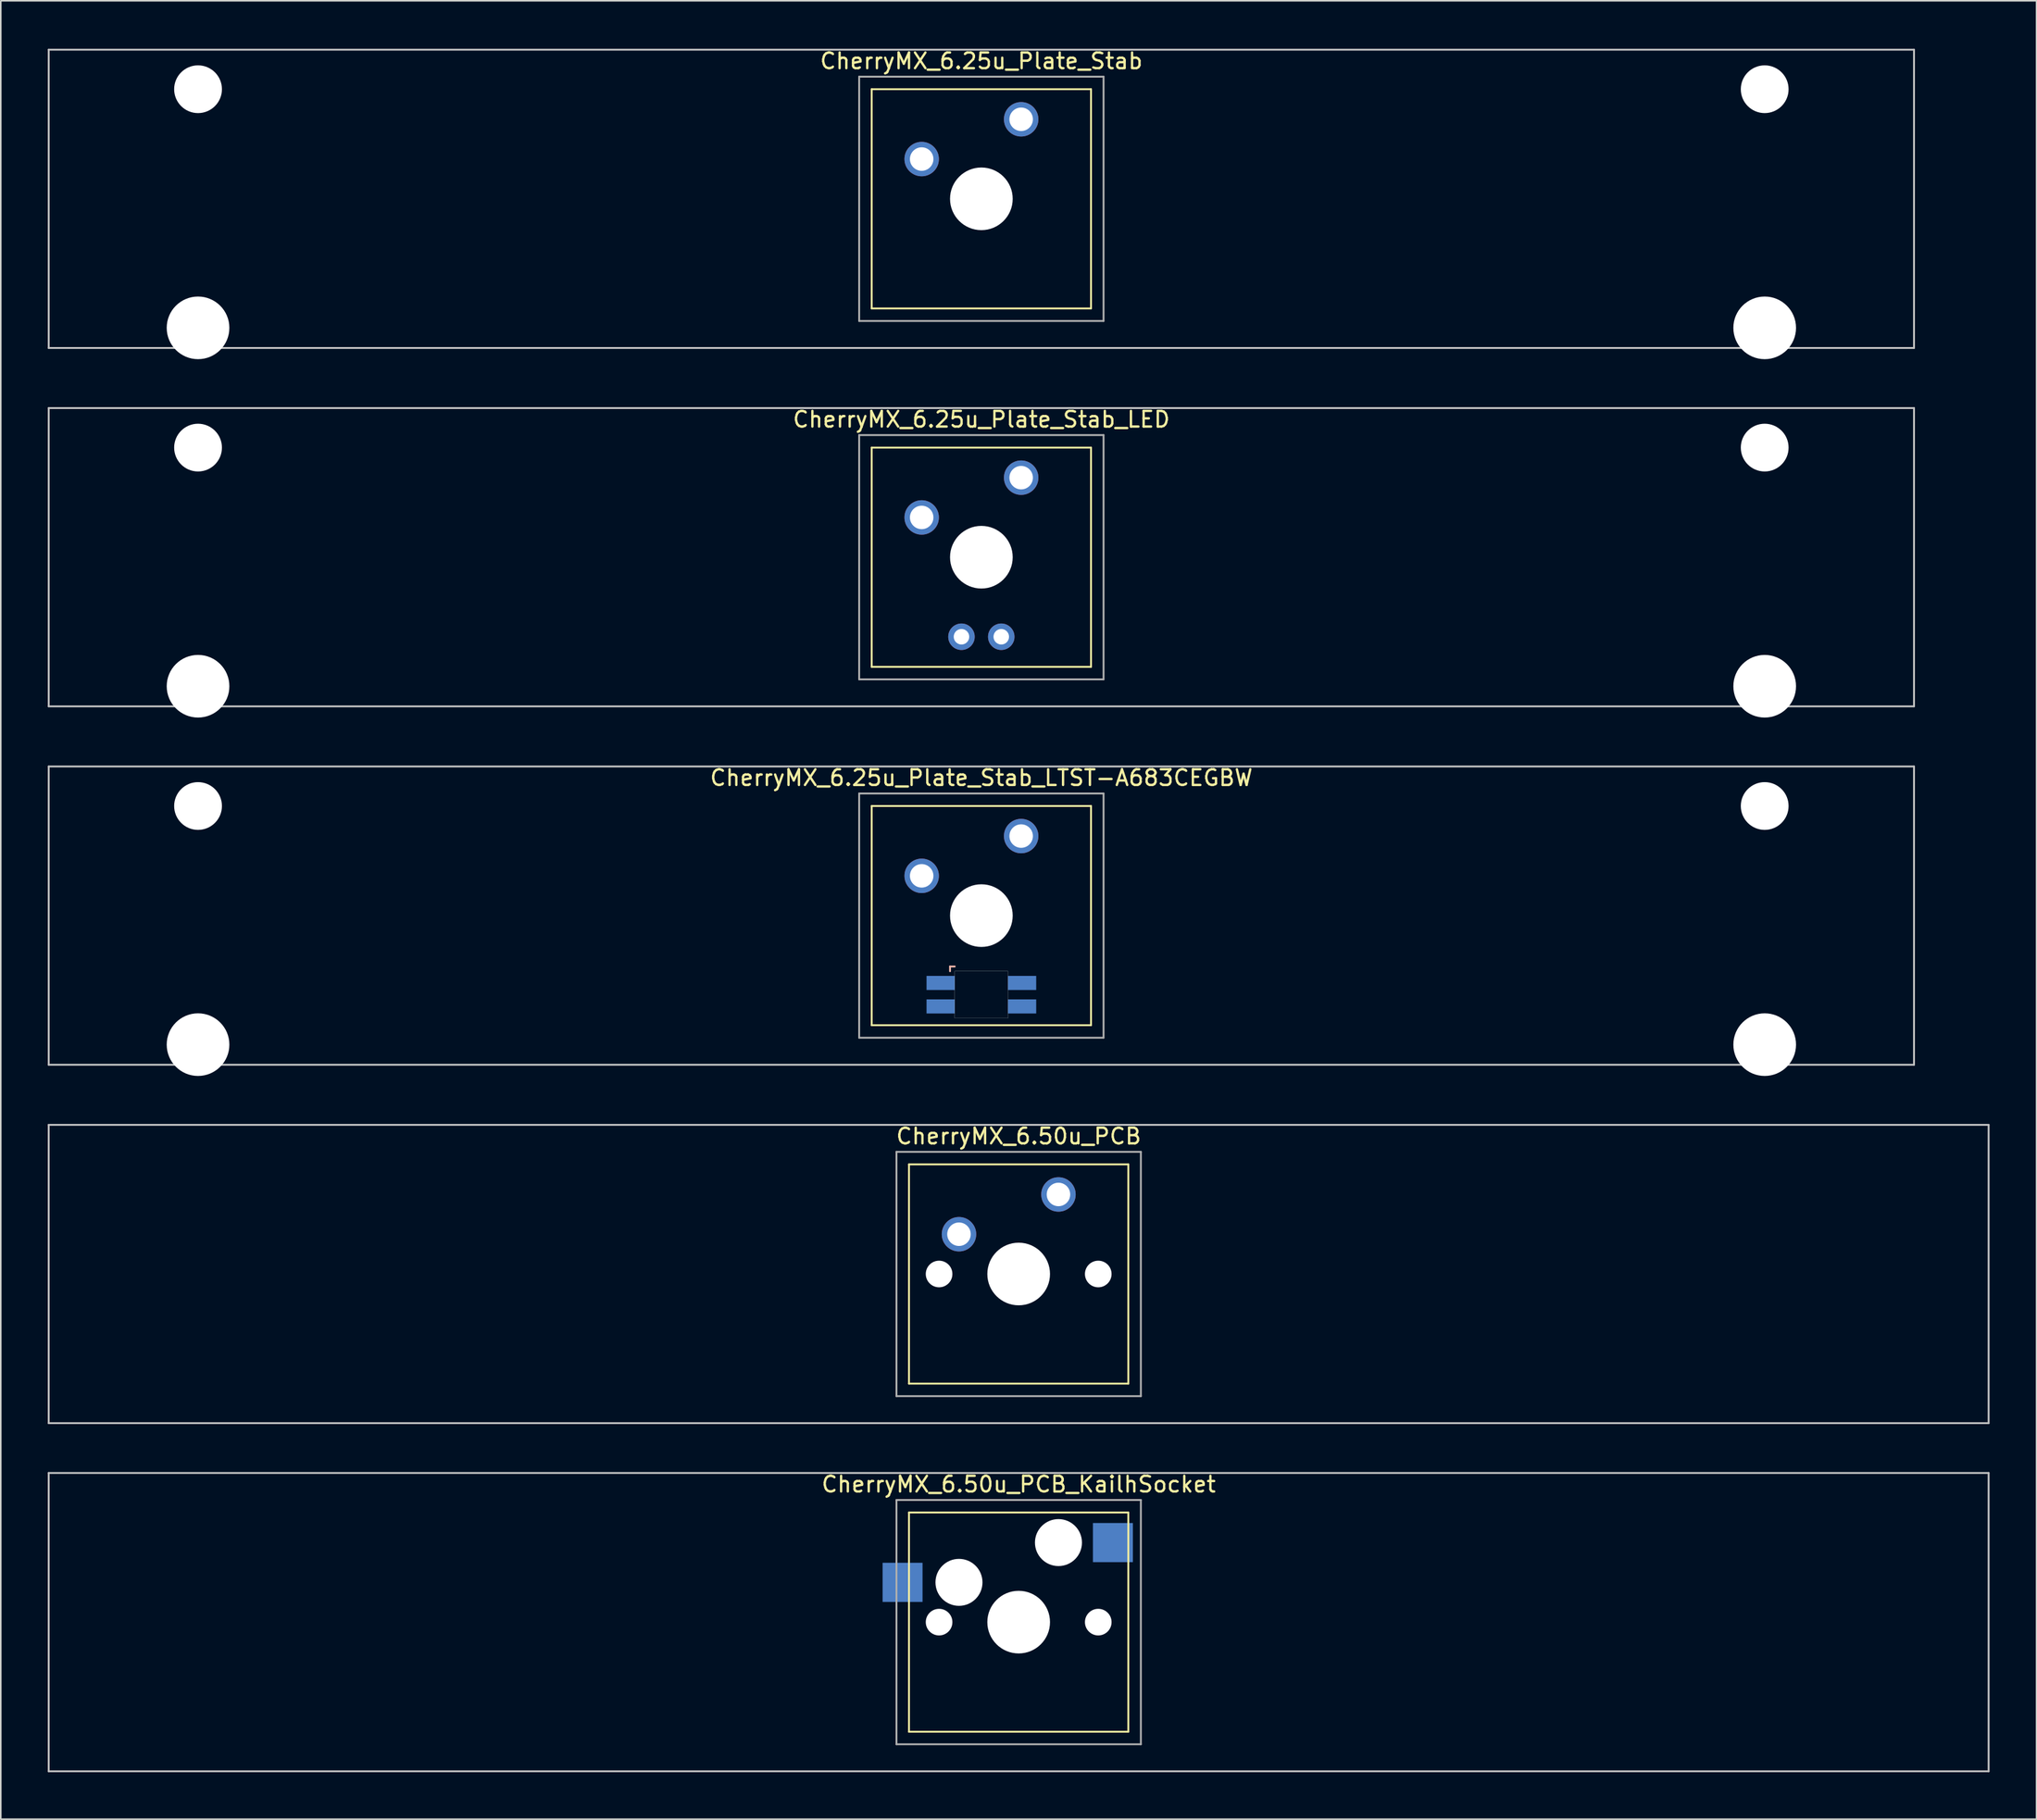
<source format=kicad_pcb>
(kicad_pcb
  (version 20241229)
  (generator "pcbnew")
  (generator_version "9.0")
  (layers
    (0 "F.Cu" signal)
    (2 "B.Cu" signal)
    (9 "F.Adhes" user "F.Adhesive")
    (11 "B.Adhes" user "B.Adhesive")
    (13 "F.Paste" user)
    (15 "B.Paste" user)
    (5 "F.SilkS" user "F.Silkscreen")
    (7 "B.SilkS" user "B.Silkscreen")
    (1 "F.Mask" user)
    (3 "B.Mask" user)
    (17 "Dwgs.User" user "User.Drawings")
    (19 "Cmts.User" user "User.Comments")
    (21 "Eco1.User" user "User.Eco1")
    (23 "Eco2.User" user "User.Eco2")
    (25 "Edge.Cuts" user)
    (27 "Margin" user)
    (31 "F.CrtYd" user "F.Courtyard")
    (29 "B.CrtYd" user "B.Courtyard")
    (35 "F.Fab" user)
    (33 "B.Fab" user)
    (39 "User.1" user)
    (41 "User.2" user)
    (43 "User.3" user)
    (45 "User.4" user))
  (footprint "CherryMX_6.50u_PCB"
    (layer "F.Cu")
    (at 61.972 78.313)
    (property "Reference" "CherryMX_6.50u_PCB" (at 0 -8.8 0) (layer "F.SilkS") (effects (font (size 1 1) (thickness 0.15))))
    (attr through_hole)
    (fp_line (start -7 -7) (end -7 7) (stroke (width 0.12) (type solid)) (layer "F.SilkS"))
    (fp_line (start -7 -7) (end 7 -7) (stroke (width 0.12) (type solid)) (layer "F.SilkS"))
    (fp_line (start 7 -7) (end 7 7) (stroke (width 0.12) (type solid)) (layer "F.SilkS"))
    (fp_line (start 7 7) (end -7 7) (stroke (width 0.12) (type solid)) (layer "F.SilkS"))
    (fp_line (start -61.913 -9.525) (end 61.913 -9.525) (stroke (width 0.12) (type solid)) (layer "Dwgs.User"))
    (fp_line (start -61.913 9.525) (end -61.913 -9.525) (stroke (width 0.12) (type solid)) (layer "Dwgs.User"))
    (fp_line (start 61.913 -9.525) (end 61.913 9.525) (stroke (width 0.12) (type solid)) (layer "Dwgs.User"))
    (fp_line (start 61.913 9.525) (end -61.913 9.525) (stroke (width 0.12) (type solid)) (layer "Dwgs.User"))
    (fp_line (start -7.8 -7.8) (end -7.8 7.8) (stroke (width 0.12) (type solid)) (layer "F.Fab"))
    (fp_line (start -7.8 -7.8) (end 7.8 -7.8) (stroke (width 0.12) (type solid)) (layer "F.Fab"))
    (fp_line (start -7.8 7.8) (end 7.8 7.8) (stroke (width 0.12) (type solid)) (layer "F.Fab"))
    (fp_line (start 7.8 -7.8) (end 7.8 7.8) (stroke (width 0.12) (type solid)) (layer "F.Fab"))
    (pad "" np_thru_hole circle (at -5.08 0) (size 1.7 1.7) (drill 1.7) (layers "*.Cu" "*.Mask"))
    (pad "" np_thru_hole circle (at 0 0) (size 4 4) (drill 4) (layers "*.Cu" "*.Mask"))
    (pad "" np_thru_hole circle (at 5.08 0) (size 1.7 1.7) (drill 1.7) (layers "*.Cu" "*.Mask"))
    (pad "1" thru_hole circle (at -3.81 -2.54) (size 2.2 2.2) (drill 1.5) (layers "*.Cu" "*.Mask"))
    (pad "2" thru_hole circle (at 2.54 -5.08) (size 2.2 2.2) (drill 1.5) (layers "*.Cu" "*.Mask")))
  (footprint "CherryMX_6.25u_Plate_Stab_LTST-A683CEGBW"
    (layer "F.Cu")
    (at 59.591 55.425)
    (property "Reference" "CherryMX_6.25u_Plate_Stab_LTST-A683CEGBW" (at 0 -8.8 0) (layer "F.SilkS") (effects (font (size 1 1) (thickness 0.15))))
    (attr through_hole)
    (fp_line (start -7 -7) (end -7 7) (stroke (width 0.12) (type solid)) (layer "F.SilkS"))
    (fp_line (start -7 -7) (end 7 -7) (stroke (width 0.12) (type solid)) (layer "F.SilkS"))
    (fp_line (start 7 -7) (end 7 7) (stroke (width 0.12) (type solid)) (layer "F.SilkS"))
    (fp_line (start 7 7) (end -7 7) (stroke (width 0.12) (type solid)) (layer "F.SilkS"))
    (fp_line (start -2 3.25) (end -2 3.55) (stroke (width 0.12) (type solid)) (layer "B.SilkS"))
    (fp_line (start -1.7 3.25) (end -2 3.25) (stroke (width 0.12) (type solid)) (layer "B.SilkS"))
    (fp_line (start -59.531 -9.525) (end 59.531 -9.525) (stroke (width 0.12) (type solid)) (layer "Dwgs.User"))
    (fp_line (start -59.531 9.525) (end -59.531 -9.525) (stroke (width 0.12) (type solid)) (layer "Dwgs.User"))
    (fp_line (start 59.531 -9.525) (end 59.531 9.525) (stroke (width 0.12) (type solid)) (layer "Dwgs.User"))
    (fp_line (start 59.531 9.525) (end -59.531 9.525) (stroke (width 0.12) (type solid)) (layer "Dwgs.User"))
    (fp_poly (pts (xy 1.7 6.55) (xy -1.7 6.55) (xy -1.7 3.55) (xy 1.7 3.55)) (stroke (width 0.01) (type solid)) (fill no) (layer "Edge.Cuts"))
    (fp_line (start -7.8 -7.8) (end -7.8 7.8) (stroke (width 0.12) (type solid)) (layer "F.Fab"))
    (fp_line (start -7.8 -7.8) (end 7.8 -7.8) (stroke (width 0.12) (type solid)) (layer "F.Fab"))
    (fp_line (start -7.8 7.8) (end 7.8 7.8) (stroke (width 0.12) (type solid)) (layer "F.Fab"))
    (fp_line (start 7.8 -7.8) (end 7.8 7.8) (stroke (width 0.12) (type solid)) (layer "F.Fab"))
    (pad "" np_thru_hole circle (at -50 -7) (size 3.05 3.05) (drill 3.05) (layers "*.Cu" "*.Mask"))
    (pad "" np_thru_hole circle (at -50 8.24) (size 4 4) (drill 4) (layers "*.Cu" "*.Mask"))
    (pad "" np_thru_hole circle (at 0 0) (size 4 4) (drill 4) (layers "*.Cu" "*.Mask"))
    (pad "" np_thru_hole circle (at 50 -7) (size 3.05 3.05) (drill 3.05) (layers "*.Cu" "*.Mask"))
    (pad "" np_thru_hole circle (at 50 8.24) (size 4 4) (drill 4) (layers "*.Cu" "*.Mask"))
    (pad "1" thru_hole circle (at -3.81 -2.54) (size 2.2 2.2) (drill 1.5) (layers "*.Cu" "*.Mask"))
    (pad "2" thru_hole circle (at 2.54 -5.08) (size 2.2 2.2) (drill 1.5) (layers "*.Cu" "*.Mask"))
    (pad "3" smd rect (at -2.6 4.3) (size 1.8 0.9) (layers "B.Cu" "B.Mask" "B.Paste"))
    (pad "4" smd rect (at -2.6 5.8) (size 1.8 0.9) (layers "B.Cu" "B.Mask" "B.Paste"))
    (pad "5" smd rect (at 2.6 4.3) (size 1.8 0.9) (layers "B.Cu" "B.Mask" "B.Paste"))
    (pad "6" smd rect (at 2.6 5.8) (size 1.8 0.9) (layers "B.Cu" "B.Mask" "B.Paste")))
  (footprint "CherryMX_6.50u_PCB_KailhSocket"
    (layer "F.Cu")
    (at 61.972 100.546)
    (property "Reference" "CherryMX_6.50u_PCB_KailhSocket" (at 0 -8.8 0) (layer "F.SilkS") (effects (font (size 1 1) (thickness 0.15))))
    (attr through_hole)
    (fp_line (start -7 -7) (end -7 7) (stroke (width 0.12) (type solid)) (layer "F.SilkS"))
    (fp_line (start -7 -7) (end 7 -7) (stroke (width 0.12) (type solid)) (layer "F.SilkS"))
    (fp_line (start 7 -7) (end 7 7) (stroke (width 0.12) (type solid)) (layer "F.SilkS"))
    (fp_line (start 7 7) (end -7 7) (stroke (width 0.12) (type solid)) (layer "F.SilkS"))
    (fp_line (start -61.913 -9.525) (end 61.913 -9.525) (stroke (width 0.12) (type solid)) (layer "Dwgs.User"))
    (fp_line (start -61.913 9.525) (end -61.913 -9.525) (stroke (width 0.12) (type solid)) (layer "Dwgs.User"))
    (fp_line (start 61.913 -9.525) (end 61.913 9.525) (stroke (width 0.12) (type solid)) (layer "Dwgs.User"))
    (fp_line (start 61.913 9.525) (end -61.913 9.525) (stroke (width 0.12) (type solid)) (layer "Dwgs.User"))
    (fp_line (start -7.8 -7.8) (end -7.8 7.8) (stroke (width 0.12) (type solid)) (layer "F.Fab"))
    (fp_line (start -7.8 -7.8) (end 7.8 -7.8) (stroke (width 0.12) (type solid)) (layer "F.Fab"))
    (fp_line (start -7.8 7.8) (end 7.8 7.8) (stroke (width 0.12) (type solid)) (layer "F.Fab"))
    (fp_line (start 7.8 -7.8) (end 7.8 7.8) (stroke (width 0.12) (type solid)) (layer "F.Fab"))
    (pad "" np_thru_hole circle (at -5.08 0) (size 1.7 1.7) (drill 1.7) (layers "*.Cu" "*.Mask"))
    (pad "" np_thru_hole circle (at -3.81 -2.54) (size 3 3) (drill 3) (layers "*.Cu" "*.Mask"))
    (pad "" np_thru_hole circle (at 0 0) (size 4 4) (drill 4) (layers "*.Cu" "*.Mask"))
    (pad "" np_thru_hole circle (at 2.54 -5.08) (size 3 3) (drill 3) (layers "*.Cu" "*.Mask"))
    (pad "" np_thru_hole circle (at 5.08 0) (size 1.7 1.7) (drill 1.7) (layers "*.Cu" "*.Mask"))
    (pad "1" smd rect (at -7.41 -2.54) (size 2.55 2.5) (layers "B.Cu" "B.Mask" "B.Paste"))
    (pad "2" smd rect (at 6.015 -5.08) (size 2.55 2.5) (layers "B.Cu" "B.Mask" "B.Paste")))
  (footprint "CherryMX_6.25u_Plate_Stab_LED"
    (layer "F.Cu")
    (at 59.591 32.536)
    (property "Reference" "CherryMX_6.25u_Plate_Stab_LED" (at 0 -8.8 0) (layer "F.SilkS") (effects (font (size 1 1) (thickness 0.15))))
    (attr through_hole)
    (fp_line (start -7 -7) (end -7 7) (stroke (width 0.12) (type solid)) (layer "F.SilkS"))
    (fp_line (start -7 -7) (end 7 -7) (stroke (width 0.12) (type solid)) (layer "F.SilkS"))
    (fp_line (start 7 -7) (end 7 7) (stroke (width 0.12) (type solid)) (layer "F.SilkS"))
    (fp_line (start 7 7) (end -7 7) (stroke (width 0.12) (type solid)) (layer "F.SilkS"))
    (fp_line (start -59.531 -9.525) (end 59.531 -9.525) (stroke (width 0.12) (type solid)) (layer "Dwgs.User"))
    (fp_line (start -59.531 9.525) (end -59.531 -9.525) (stroke (width 0.12) (type solid)) (layer "Dwgs.User"))
    (fp_line (start 59.531 -9.525) (end 59.531 9.525) (stroke (width 0.12) (type solid)) (layer "Dwgs.User"))
    (fp_line (start 59.531 9.525) (end -59.531 9.525) (stroke (width 0.12) (type solid)) (layer "Dwgs.User"))
    (fp_line (start -7.8 -7.8) (end -7.8 7.8) (stroke (width 0.12) (type solid)) (layer "F.Fab"))
    (fp_line (start -7.8 -7.8) (end 7.8 -7.8) (stroke (width 0.12) (type solid)) (layer "F.Fab"))
    (fp_line (start -7.8 7.8) (end 7.8 7.8) (stroke (width 0.12) (type solid)) (layer "F.Fab"))
    (fp_line (start 7.8 -7.8) (end 7.8 7.8) (stroke (width 0.12) (type solid)) (layer "F.Fab"))
    (pad "" np_thru_hole circle (at -50 -7) (size 3.05 3.05) (drill 3.05) (layers "*.Cu" "*.Mask"))
    (pad "" np_thru_hole circle (at -50 8.24) (size 4 4) (drill 4) (layers "*.Cu" "*.Mask"))
    (pad "" np_thru_hole circle (at 0 0) (size 4 4) (drill 4) (layers "*.Cu" "*.Mask"))
    (pad "" np_thru_hole circle (at 50 -7) (size 3.05 3.05) (drill 3.05) (layers "*.Cu" "*.Mask"))
    (pad "" np_thru_hole circle (at 50 8.24) (size 4 4) (drill 4) (layers "*.Cu" "*.Mask"))
    (pad "1" thru_hole circle (at -3.81 -2.54) (size 2.2 2.2) (drill 1.5) (layers "*.Cu" "*.Mask"))
    (pad "2" thru_hole circle (at 2.54 -5.08) (size 2.2 2.2) (drill 1.5) (layers "*.Cu" "*.Mask"))
    (pad "3" thru_hole circle (at -1.27 5.08) (size 1.691 1.691) (drill 0.991) (layers "*.Cu" "*.Mask"))
    (pad "4" thru_hole circle (at 1.27 5.08) (size 1.691 1.691) (drill 0.991) (layers "*.Cu" "*.Mask")))
  (footprint "CherryMX_6.25u_Plate_Stab"
    (layer "F.Cu")
    (at 59.591 9.648)
    (property "Reference" "CherryMX_6.25u_Plate_Stab" (at 0 -8.8 0) (layer "F.SilkS") (effects (font (size 1 1) (thickness 0.15))))
    (attr through_hole)
    (fp_line (start -7 -7) (end -7 7) (stroke (width 0.12) (type solid)) (layer "F.SilkS"))
    (fp_line (start -7 -7) (end 7 -7) (stroke (width 0.12) (type solid)) (layer "F.SilkS"))
    (fp_line (start 7 -7) (end 7 7) (stroke (width 0.12) (type solid)) (layer "F.SilkS"))
    (fp_line (start 7 7) (end -7 7) (stroke (width 0.12) (type solid)) (layer "F.SilkS"))
    (fp_line (start -59.531 -9.525) (end 59.531 -9.525) (stroke (width 0.12) (type solid)) (layer "Dwgs.User"))
    (fp_line (start -59.531 9.525) (end -59.531 -9.525) (stroke (width 0.12) (type solid)) (layer "Dwgs.User"))
    (fp_line (start 59.531 -9.525) (end 59.531 9.525) (stroke (width 0.12) (type solid)) (layer "Dwgs.User"))
    (fp_line (start 59.531 9.525) (end -59.531 9.525) (stroke (width 0.12) (type solid)) (layer "Dwgs.User"))
    (fp_line (start -7.8 -7.8) (end -7.8 7.8) (stroke (width 0.12) (type solid)) (layer "F.Fab"))
    (fp_line (start -7.8 -7.8) (end 7.8 -7.8) (stroke (width 0.12) (type solid)) (layer "F.Fab"))
    (fp_line (start -7.8 7.8) (end 7.8 7.8) (stroke (width 0.12) (type solid)) (layer "F.Fab"))
    (fp_line (start 7.8 -7.8) (end 7.8 7.8) (stroke (width 0.12) (type solid)) (layer "F.Fab"))
    (pad "" np_thru_hole circle (at -50 -7) (size 3.05 3.05) (drill 3.05) (layers "*.Cu" "*.Mask"))
    (pad "" np_thru_hole circle (at -50 8.24) (size 4 4) (drill 4) (layers "*.Cu" "*.Mask"))
    (pad "" np_thru_hole circle (at 0 0) (size 4 4) (drill 4) (layers "*.Cu" "*.Mask"))
    (pad "" np_thru_hole circle (at 50 -7) (size 3.05 3.05) (drill 3.05) (layers "*.Cu" "*.Mask"))
    (pad "" np_thru_hole circle (at 50 8.24) (size 4 4) (drill 4) (layers "*.Cu" "*.Mask"))
    (pad "1" thru_hole circle (at -3.81 -2.54) (size 2.2 2.2) (drill 1.5) (layers "*.Cu" "*.Mask"))
    (pad "2" thru_hole circle (at 2.54 -5.08) (size 2.2 2.2) (drill 1.5) (layers "*.Cu" "*.Mask")))
  (gr_rect
    (start -3 -3)
    (end 126.945 113.131)
    (stroke (width 0.1) (type default))
    (fill no)
    (layer "Edge.Cuts")))
</source>
